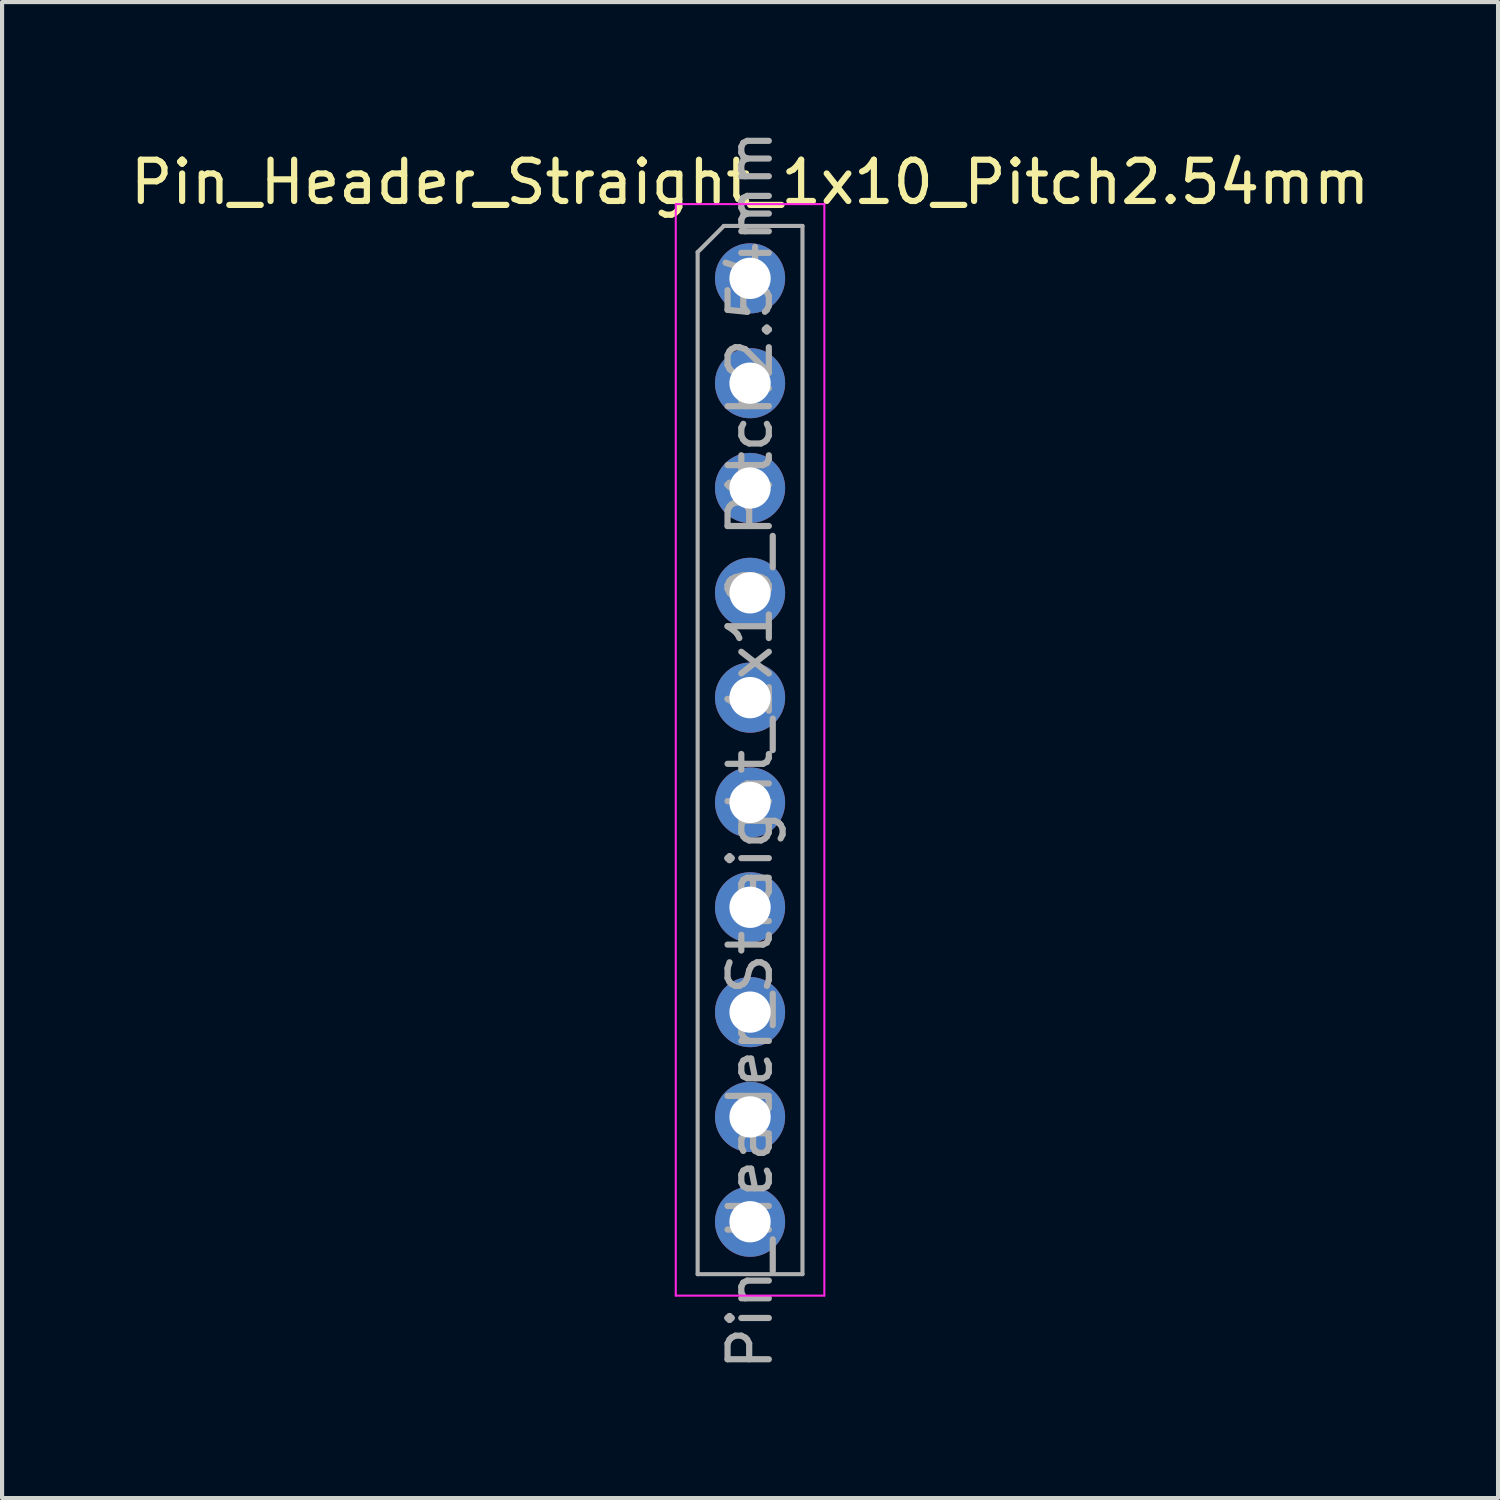
<source format=kicad_pcb>
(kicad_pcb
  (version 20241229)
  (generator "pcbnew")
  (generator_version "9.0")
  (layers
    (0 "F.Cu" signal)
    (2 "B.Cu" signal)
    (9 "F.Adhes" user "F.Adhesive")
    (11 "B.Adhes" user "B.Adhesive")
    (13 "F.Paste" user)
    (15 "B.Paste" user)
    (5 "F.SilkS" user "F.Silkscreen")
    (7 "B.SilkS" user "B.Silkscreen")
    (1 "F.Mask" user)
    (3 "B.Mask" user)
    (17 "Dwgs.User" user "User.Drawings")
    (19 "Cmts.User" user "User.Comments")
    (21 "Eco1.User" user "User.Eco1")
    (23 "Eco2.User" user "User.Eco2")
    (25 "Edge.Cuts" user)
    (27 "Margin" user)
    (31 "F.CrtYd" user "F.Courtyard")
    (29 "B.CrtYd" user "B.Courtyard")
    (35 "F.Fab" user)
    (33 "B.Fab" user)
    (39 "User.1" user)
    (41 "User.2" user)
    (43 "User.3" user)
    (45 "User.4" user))
  (footprint "Pin_Header_Straight_1x10_Pitch2.54mm"
    (layer "F.Cu")
    (at 15.125 3.695)
    (property "Reference" "Pin_Header_Straight_1x10_Pitch2.54mm" (at 0 -2.33 0) (layer "F.SilkS") (effects (font (size 1 1) (thickness 0.15))))
    (attr through_hole)
    (fp_line (start -1.8 -1.8) (end -1.8 24.65) (stroke (width 0.05) (type solid)) (layer "F.CrtYd"))
    (fp_line (start -1.8 24.65) (end 1.8 24.65) (stroke (width 0.05) (type solid)) (layer "F.CrtYd"))
    (fp_line (start 1.8 -1.8) (end -1.8 -1.8) (stroke (width 0.05) (type solid)) (layer "F.CrtYd"))
    (fp_line (start 1.8 24.65) (end 1.8 -1.8) (stroke (width 0.05) (type solid)) (layer "F.CrtYd"))
    (fp_line (start -1.27 -0.635) (end -0.635 -1.27) (stroke (width 0.1) (type solid)) (layer "F.Fab"))
    (fp_line (start -1.27 24.13) (end -1.27 -0.635) (stroke (width 0.1) (type solid)) (layer "F.Fab"))
    (fp_line (start -0.635 -1.27) (end 1.27 -1.27) (stroke (width 0.1) (type solid)) (layer "F.Fab"))
    (fp_line (start 1.27 -1.27) (end 1.27 24.13) (stroke (width 0.1) (type solid)) (layer "F.Fab"))
    (fp_line (start 1.27 24.13) (end -1.27 24.13) (stroke (width 0.1) (type solid)) (layer "F.Fab"))
    (fp_text user "${REFERENCE}" (at 0 11.43 90) (layer "F.Fab") (effects (font (size 1 1) (thickness 0.15))))
    (pad "1" thru_hole oval (at 0 0) (size 1.7 1.7) (drill 1) (layers "*.Cu" "*.Mask"))
    (pad "2" thru_hole oval (at 0 2.54) (size 1.7 1.7) (drill 1) (layers "*.Cu" "*.Mask"))
    (pad "3" thru_hole oval (at 0 5.08) (size 1.7 1.7) (drill 1) (layers "*.Cu" "*.Mask"))
    (pad "4" thru_hole oval (at 0 7.62) (size 1.7 1.7) (drill 1) (layers "*.Cu" "*.Mask"))
    (pad "5" thru_hole oval (at 0 10.16) (size 1.7 1.7) (drill 1) (layers "*.Cu" "*.Mask"))
    (pad "6" thru_hole oval (at 0 12.7) (size 1.7 1.7) (drill 1) (layers "*.Cu" "*.Mask"))
    (pad "7" thru_hole oval (at 0 15.24) (size 1.7 1.7) (drill 1) (layers "*.Cu" "*.Mask"))
    (pad "8" thru_hole oval (at 0 17.78) (size 1.7 1.7) (drill 1) (layers "*.Cu" "*.Mask"))
    (pad "9" thru_hole oval (at 0 20.32) (size 1.7 1.7) (drill 1) (layers "*.Cu" "*.Mask"))
    (pad "10" thru_hole oval (at 0 22.86) (size 1.7 1.7) (drill 1) (layers "*.Cu" "*.Mask")))
  (gr_rect
    (start -3 -3)
    (end 33.25 33.25)
    (stroke (width 0.1) (type default))
    (fill no)
    (layer "Edge.Cuts")))
</source>
